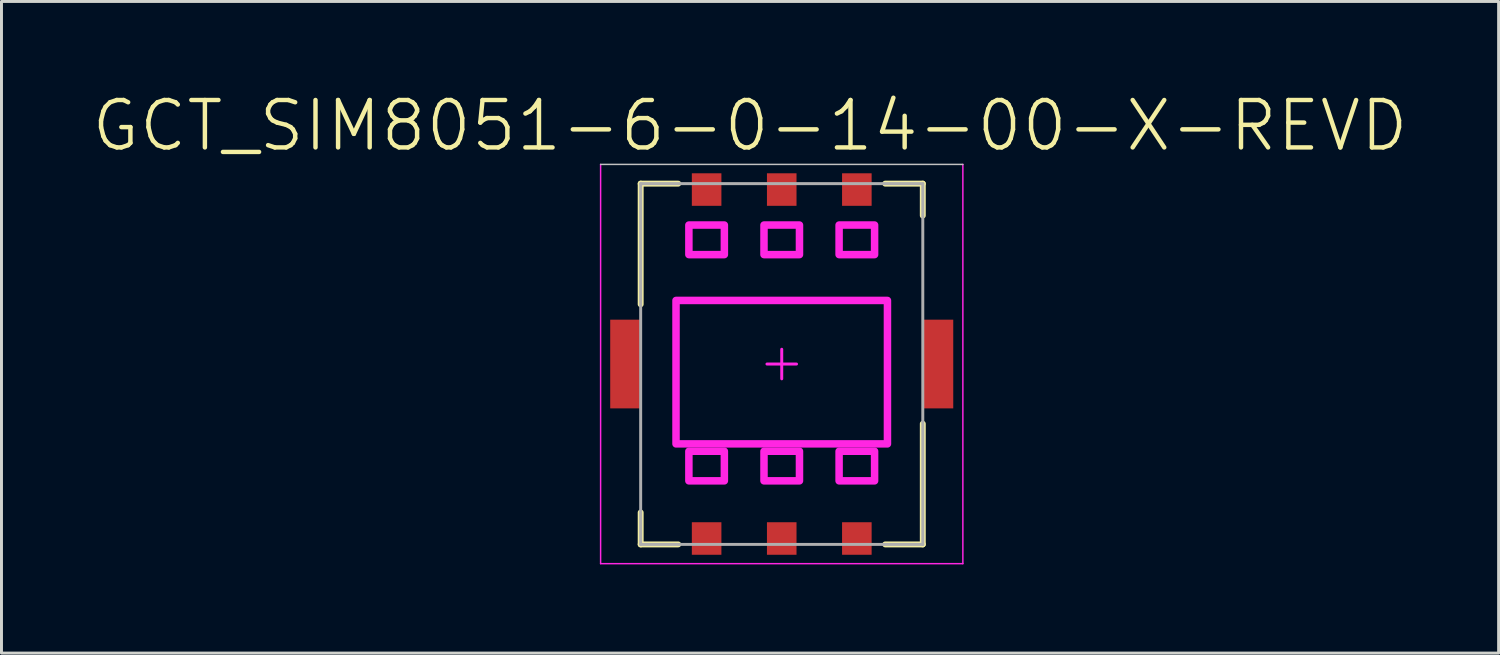
<source format=kicad_pcb>
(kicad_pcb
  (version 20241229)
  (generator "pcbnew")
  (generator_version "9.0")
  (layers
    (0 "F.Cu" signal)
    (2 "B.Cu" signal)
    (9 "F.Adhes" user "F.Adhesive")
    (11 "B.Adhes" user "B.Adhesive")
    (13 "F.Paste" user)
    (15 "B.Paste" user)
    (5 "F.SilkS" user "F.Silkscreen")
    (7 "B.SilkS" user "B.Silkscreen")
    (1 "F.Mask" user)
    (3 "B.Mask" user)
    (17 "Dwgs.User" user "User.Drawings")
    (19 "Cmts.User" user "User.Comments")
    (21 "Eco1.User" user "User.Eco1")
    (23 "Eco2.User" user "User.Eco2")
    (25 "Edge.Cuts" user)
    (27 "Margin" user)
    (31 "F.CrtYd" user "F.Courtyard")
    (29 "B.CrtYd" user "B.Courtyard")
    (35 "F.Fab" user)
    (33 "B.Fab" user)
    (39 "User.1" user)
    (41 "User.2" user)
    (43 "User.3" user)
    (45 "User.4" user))
  (footprint "GCT_SIM8051-6-0-14-00-X-REVD"
    (layer "F.Cu")
    (at 23.385 9.26)
    (property "Reference" "GCT_SIM8051-6-0-14-00-X-REVD" (at -1.072 -8.059 0) (layer "F.SilkS") (effects (font (size 1.603 1.603) (thickness 0.15))))
    (attr smd)
    (fp_line (start -4.77 -6.1) (end -3.5 -6.1) (stroke (width 0.2) (type solid)) (layer "F.SilkS"))
    (fp_line (start -4.77 -2.02) (end -4.77 -6.1) (stroke (width 0.2) (type solid)) (layer "F.SilkS"))
    (fp_line (start -4.77 6.1) (end -4.77 5.02) (stroke (width 0.2) (type solid)) (layer "F.SilkS"))
    (fp_line (start -4.77 6.1) (end -3.5 6.1) (stroke (width 0.2) (type solid)) (layer "F.SilkS"))
    (fp_line (start 3.5 -6.1) (end 4.77 -6.1) (stroke (width 0.2) (type solid)) (layer "F.SilkS"))
    (fp_line (start 3.5 6.1) (end 4.77 6.1) (stroke (width 0.2) (type solid)) (layer "F.SilkS"))
    (fp_line (start 4.77 -5.02) (end 4.77 -6.1) (stroke (width 0.2) (type solid)) (layer "F.SilkS"))
    (fp_line (start 4.77 6.1) (end 4.77 2.02) (stroke (width 0.2) (type solid)) (layer "F.SilkS"))
    (fp_line (start -6.125 -6.75) (end 6.125 -6.75) (stroke (width 0.05) (type solid)) (layer "Dwgs.User"))
    (fp_line (start -6.125 6.75) (end -6.125 -6.75) (stroke (width 0.05) (type solid)) (layer "F.CrtYd"))
    (fp_line (start -6.125 6.75) (end 6.125 6.75) (stroke (width 0.05) (type solid)) (layer "F.CrtYd"))
    (fp_line (start -0.5 0) (end 0.5 0) (stroke (width 0.1) (type solid)) (layer "F.CrtYd"))
    (fp_line (start 0 0.5) (end 0 -0.5) (stroke (width 0.1) (type solid)) (layer "F.CrtYd"))
    (fp_line (start 6.125 6.75) (end 6.125 -6.75) (stroke (width 0.05) (type solid)) (layer "F.CrtYd"))
    (fp_poly (pts (xy -3.575 2.7) (xy 3.575 2.7) (xy 3.575 -2.15) (xy -3.575 -2.15)) (stroke (width 0.254) (type solid)) (fill no) (layer "F.CrtYd"))
    (fp_poly (pts (xy -3.14 -3.7) (xy -1.94 -3.7) (xy -1.94 -4.7) (xy -3.14 -4.7)) (stroke (width 0.254) (type solid)) (fill no) (layer "F.CrtYd"))
    (fp_poly (pts (xy -3.14 3.95) (xy -1.94 3.95) (xy -1.94 2.95) (xy -3.14 2.95)) (stroke (width 0.254) (type solid)) (fill no) (layer "F.CrtYd"))
    (fp_poly (pts (xy -0.6 -3.7) (xy 0.6 -3.7) (xy 0.6 -4.7) (xy -0.6 -4.7)) (stroke (width 0.254) (type solid)) (fill no) (layer "F.CrtYd"))
    (fp_poly (pts (xy -0.6 3.95) (xy 0.6 3.95) (xy 0.6 2.95) (xy -0.6 2.95)) (stroke (width 0.254) (type solid)) (fill no) (layer "F.CrtYd"))
    (fp_poly (pts (xy 1.94 -3.7) (xy 3.14 -3.7) (xy 3.14 -4.7) (xy 1.94 -4.7)) (stroke (width 0.254) (type solid)) (fill no) (layer "F.CrtYd"))
    (fp_poly (pts (xy 1.94 3.95) (xy 3.14 3.95) (xy 3.14 2.95) (xy 1.94 2.95)) (stroke (width 0.254) (type solid)) (fill no) (layer "F.CrtYd"))
    (fp_line (start -4.77 -6.1) (end 4.77 -6.1) (stroke (width 0.1) (type solid)) (layer "F.Fab"))
    (fp_line (start -4.77 6.1) (end -4.77 -6.1) (stroke (width 0.1) (type solid)) (layer "F.Fab"))
    (fp_line (start -4.77 6.1) (end 4.77 6.1) (stroke (width 0.1) (type solid)) (layer "F.Fab"))
    (fp_line (start 4.77 6.1) (end 4.77 -6.1) (stroke (width 0.1) (type solid)) (layer "F.Fab"))
    (pad "C1" smd rect (at 2.54 5.9) (size 1 1.1) (layers "F.Cu" "F.Mask" "F.Paste"))
    (pad "C2" smd rect (at 0 5.9) (size 1 1.1) (layers "F.Cu" "F.Mask" "F.Paste"))
    (pad "C3" smd rect (at -2.54 5.9) (size 1 1.1) (layers "F.Cu" "F.Mask" "F.Paste"))
    (pad "C4" smd rect (at 5.3 0) (size 1 3) (layers "F.Cu" "F.Mask" "F.Paste"))
    (pad "C5" smd rect (at 2.54 -5.9) (size 1 1.1) (layers "F.Cu" "F.Mask" "F.Paste"))
    (pad "C6" smd rect (at 0 -5.9) (size 1 1.1) (layers "F.Cu" "F.Mask" "F.Paste"))
    (pad "C7" smd rect (at -2.54 -5.9) (size 1 1.1) (layers "F.Cu" "F.Mask" "F.Paste"))
    (pad "C8" smd rect (at -5.3 0) (size 1 3) (layers "F.Cu" "F.Mask" "F.Paste")))
  (gr_rect
    (start -3 -3)
    (end 47.627 19.035)
    (stroke (width 0.1) (type default))
    (fill no)
    (layer "Edge.Cuts")))
</source>
